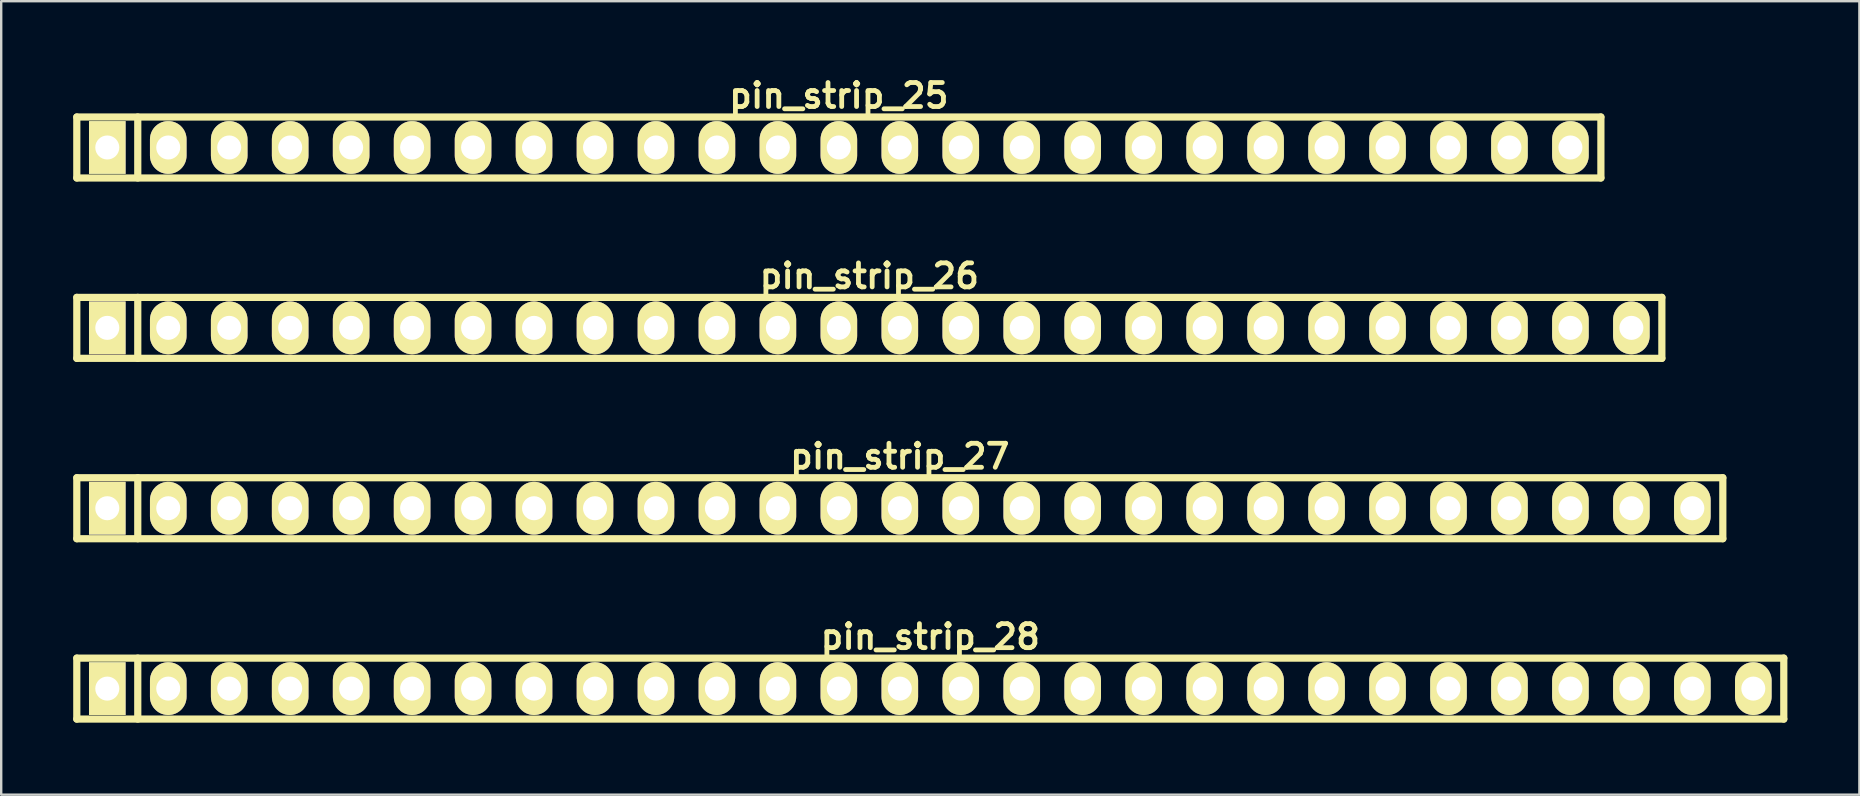
<source format=kicad_pcb>
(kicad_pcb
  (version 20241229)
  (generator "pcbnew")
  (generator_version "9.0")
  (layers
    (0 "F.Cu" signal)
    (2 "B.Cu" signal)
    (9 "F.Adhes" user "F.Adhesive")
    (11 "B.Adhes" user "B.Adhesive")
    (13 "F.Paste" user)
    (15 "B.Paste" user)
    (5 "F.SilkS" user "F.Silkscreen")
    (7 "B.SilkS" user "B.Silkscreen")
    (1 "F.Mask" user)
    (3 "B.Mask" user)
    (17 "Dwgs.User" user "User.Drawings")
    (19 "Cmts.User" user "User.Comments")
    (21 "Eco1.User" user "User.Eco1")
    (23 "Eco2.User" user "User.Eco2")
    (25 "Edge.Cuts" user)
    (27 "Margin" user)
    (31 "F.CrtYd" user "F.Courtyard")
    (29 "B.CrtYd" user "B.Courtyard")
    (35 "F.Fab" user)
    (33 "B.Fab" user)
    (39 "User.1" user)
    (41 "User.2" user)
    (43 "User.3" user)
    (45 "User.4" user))
  (footprint "pin_strip_25"
    (layer "F.Cu")
    (at 31.9 3.095)
    (property "Reference" "pin_strip_25" (at 0 -2.159 0) (layer "F.SilkS") (effects (font (size 1 1) (thickness 0.2))))
    (attr through_hole)
    (fp_line (start -31.75 -1.27) (end 31.75 -1.27) (stroke (width 0.3) (type solid)) (layer "F.SilkS"))
    (fp_line (start -31.75 1.27) (end -31.75 -1.27) (stroke (width 0.3) (type solid)) (layer "F.SilkS"))
    (fp_line (start -29.21 -1.27) (end -29.21 1.27) (stroke (width 0.3) (type solid)) (layer "F.SilkS"))
    (fp_line (start 31.75 -1.27) (end 31.75 1.27) (stroke (width 0.3) (type solid)) (layer "F.SilkS"))
    (fp_line (start 31.75 1.27) (end -31.75 1.27) (stroke (width 0.3) (type solid)) (layer "F.SilkS"))
    (pad "1" thru_hole rect (at -30.48 0) (size 1.524 2.2) (drill 1.001) (layers "*.Cu" "*.Mask" "F.SilkS"))
    (pad "2" thru_hole oval (at -27.94 0) (size 1.524 2.2) (drill 1.001) (layers "*.Cu" "*.Mask" "F.SilkS"))
    (pad "3" thru_hole oval (at -25.4 0) (size 1.524 2.2) (drill 1.001) (layers "*.Cu" "*.Mask" "F.SilkS"))
    (pad "4" thru_hole oval (at -22.86 0) (size 1.524 2.2) (drill 1.001) (layers "*.Cu" "*.Mask" "F.SilkS"))
    (pad "5" thru_hole oval (at -20.32 0) (size 1.524 2.2) (drill 1.001) (layers "*.Cu" "*.Mask" "F.SilkS"))
    (pad "6" thru_hole oval (at -17.78 0) (size 1.524 2.2) (drill 1.001) (layers "*.Cu" "*.Mask" "F.SilkS"))
    (pad "7" thru_hole oval (at -15.24 0) (size 1.524 2.2) (drill 1.001) (layers "*.Cu" "*.Mask" "F.SilkS"))
    (pad "8" thru_hole oval (at -12.7 0) (size 1.524 2.2) (drill 1.001) (layers "*.Cu" "*.Mask" "F.SilkS"))
    (pad "9" thru_hole oval (at -10.16 0) (size 1.524 2.2) (drill 1.001) (layers "*.Cu" "*.Mask" "F.SilkS"))
    (pad "10" thru_hole oval (at -7.62 0) (size 1.524 2.2) (drill 1.001) (layers "*.Cu" "*.Mask" "F.SilkS"))
    (pad "11" thru_hole oval (at -5.08 0) (size 1.524 2.2) (drill 1.001) (layers "*.Cu" "*.Mask" "F.SilkS"))
    (pad "12" thru_hole oval (at -2.54 0) (size 1.524 2.2) (drill 1.001) (layers "*.Cu" "*.Mask" "F.SilkS"))
    (pad "13" thru_hole oval (at 0 0) (size 1.524 2.2) (drill 1.001) (layers "*.Cu" "*.Mask" "F.SilkS"))
    (pad "14" thru_hole oval (at 2.54 0) (size 1.524 2.2) (drill 1.001) (layers "*.Cu" "*.Mask" "F.SilkS"))
    (pad "15" thru_hole oval (at 5.08 0) (size 1.524 2.2) (drill 1.001) (layers "*.Cu" "*.Mask" "F.SilkS"))
    (pad "16" thru_hole oval (at 7.62 0) (size 1.524 2.2) (drill 1.001) (layers "*.Cu" "*.Mask" "F.SilkS"))
    (pad "17" thru_hole oval (at 10.16 0) (size 1.524 2.2) (drill 1.001) (layers "*.Cu" "*.Mask" "F.SilkS"))
    (pad "18" thru_hole oval (at 12.7 0) (size 1.524 2.2) (drill 1.001) (layers "*.Cu" "*.Mask" "F.SilkS"))
    (pad "19" thru_hole oval (at 15.24 0) (size 1.524 2.2) (drill 1.001) (layers "*.Cu" "*.Mask" "F.SilkS"))
    (pad "20" thru_hole oval (at 17.78 0) (size 1.524 2.2) (drill 1.001) (layers "*.Cu" "*.Mask" "F.SilkS"))
    (pad "21" thru_hole oval (at 20.32 0) (size 1.524 2.2) (drill 1.001) (layers "*.Cu" "*.Mask" "F.SilkS"))
    (pad "22" thru_hole oval (at 22.86 0) (size 1.524 2.2) (drill 1.001) (layers "*.Cu" "*.Mask" "F.SilkS"))
    (pad "23" thru_hole oval (at 25.4 0) (size 1.524 2.2) (drill 1.001) (layers "*.Cu" "*.Mask" "F.SilkS"))
    (pad "24" thru_hole oval (at 27.94 0) (size 1.524 2.2) (drill 1.001) (layers "*.Cu" "*.Mask" "F.SilkS"))
    (pad "25" thru_hole oval (at 30.48 0) (size 1.524 2.2) (drill 1.001) (layers "*.Cu" "*.Mask" "F.SilkS")))
  (footprint "pin_strip_26"
    (layer "F.Cu")
    (at 33.17 10.61)
    (property "Reference" "pin_strip_26" (at 0 -2.159 0) (layer "F.SilkS") (effects (font (size 1 1) (thickness 0.2))))
    (attr through_hole)
    (fp_line (start -33.02 -1.27) (end 33.02 -1.27) (stroke (width 0.3) (type solid)) (layer "F.SilkS"))
    (fp_line (start -33.02 1.27) (end -33.02 -1.27) (stroke (width 0.3) (type solid)) (layer "F.SilkS"))
    (fp_line (start -30.48 -1.27) (end -30.48 1.27) (stroke (width 0.3) (type solid)) (layer "F.SilkS"))
    (fp_line (start 33.02 -1.27) (end 33.02 1.27) (stroke (width 0.3) (type solid)) (layer "F.SilkS"))
    (fp_line (start 33.02 1.27) (end -33.02 1.27) (stroke (width 0.3) (type solid)) (layer "F.SilkS"))
    (pad "1" thru_hole rect (at -31.75 0) (size 1.524 2.2) (drill 1.001) (layers "*.Cu" "*.Mask" "F.SilkS"))
    (pad "2" thru_hole oval (at -29.21 0) (size 1.524 2.2) (drill 1.001) (layers "*.Cu" "*.Mask" "F.SilkS"))
    (pad "3" thru_hole oval (at -26.67 0) (size 1.524 2.2) (drill 1.001) (layers "*.Cu" "*.Mask" "F.SilkS"))
    (pad "4" thru_hole oval (at -24.13 0) (size 1.524 2.2) (drill 1.001) (layers "*.Cu" "*.Mask" "F.SilkS"))
    (pad "5" thru_hole oval (at -21.59 0) (size 1.524 2.2) (drill 1.001) (layers "*.Cu" "*.Mask" "F.SilkS"))
    (pad "6" thru_hole oval (at -19.05 0) (size 1.524 2.2) (drill 1.001) (layers "*.Cu" "*.Mask" "F.SilkS"))
    (pad "7" thru_hole oval (at -16.51 0) (size 1.524 2.2) (drill 1.001) (layers "*.Cu" "*.Mask" "F.SilkS"))
    (pad "8" thru_hole oval (at -13.97 0) (size 1.524 2.2) (drill 1.001) (layers "*.Cu" "*.Mask" "F.SilkS"))
    (pad "9" thru_hole oval (at -11.43 0) (size 1.524 2.2) (drill 1.001) (layers "*.Cu" "*.Mask" "F.SilkS"))
    (pad "10" thru_hole oval (at -8.89 0) (size 1.524 2.2) (drill 1.001) (layers "*.Cu" "*.Mask" "F.SilkS"))
    (pad "11" thru_hole oval (at -6.35 0) (size 1.524 2.2) (drill 1.001) (layers "*.Cu" "*.Mask" "F.SilkS"))
    (pad "12" thru_hole oval (at -3.81 0) (size 1.524 2.2) (drill 1.001) (layers "*.Cu" "*.Mask" "F.SilkS"))
    (pad "13" thru_hole oval (at -1.27 0) (size 1.524 2.2) (drill 1.001) (layers "*.Cu" "*.Mask" "F.SilkS"))
    (pad "14" thru_hole oval (at 1.27 0) (size 1.524 2.2) (drill 1.001) (layers "*.Cu" "*.Mask" "F.SilkS"))
    (pad "15" thru_hole oval (at 3.81 0) (size 1.524 2.2) (drill 1.001) (layers "*.Cu" "*.Mask" "F.SilkS"))
    (pad "16" thru_hole oval (at 6.35 0) (size 1.524 2.2) (drill 1.001) (layers "*.Cu" "*.Mask" "F.SilkS"))
    (pad "17" thru_hole oval (at 8.89 0) (size 1.524 2.2) (drill 1.001) (layers "*.Cu" "*.Mask" "F.SilkS"))
    (pad "18" thru_hole oval (at 11.43 0) (size 1.524 2.2) (drill 1.001) (layers "*.Cu" "*.Mask" "F.SilkS"))
    (pad "19" thru_hole oval (at 13.97 0) (size 1.524 2.2) (drill 1.001) (layers "*.Cu" "*.Mask" "F.SilkS"))
    (pad "20" thru_hole oval (at 16.51 0) (size 1.524 2.2) (drill 1.001) (layers "*.Cu" "*.Mask" "F.SilkS"))
    (pad "21" thru_hole oval (at 19.05 0) (size 1.524 2.2) (drill 1.001) (layers "*.Cu" "*.Mask" "F.SilkS"))
    (pad "22" thru_hole oval (at 21.59 0) (size 1.524 2.2) (drill 1.001) (layers "*.Cu" "*.Mask" "F.SilkS"))
    (pad "23" thru_hole oval (at 24.13 0) (size 1.524 2.2) (drill 1.001) (layers "*.Cu" "*.Mask" "F.SilkS"))
    (pad "24" thru_hole oval (at 26.67 0) (size 1.524 2.2) (drill 1.001) (layers "*.Cu" "*.Mask" "F.SilkS"))
    (pad "25" thru_hole oval (at 29.21 0) (size 1.524 2.2) (drill 1.001) (layers "*.Cu" "*.Mask" "F.SilkS"))
    (pad "26" thru_hole oval (at 31.75 0) (size 1.524 2.2) (drill 1.001) (layers "*.Cu" "*.Mask" "F.SilkS")))
  (footprint "pin_strip_27"
    (layer "F.Cu")
    (at 34.44 18.125)
    (property "Reference" "pin_strip_27" (at 0 -2.159 0) (layer "F.SilkS") (effects (font (size 1 1) (thickness 0.2))))
    (attr through_hole)
    (fp_line (start -34.29 -1.27) (end 34.29 -1.27) (stroke (width 0.3) (type solid)) (layer "F.SilkS"))
    (fp_line (start -34.29 1.27) (end -34.29 -1.27) (stroke (width 0.3) (type solid)) (layer "F.SilkS"))
    (fp_line (start -31.75 -1.27) (end -31.75 1.27) (stroke (width 0.3) (type solid)) (layer "F.SilkS"))
    (fp_line (start 34.29 -1.27) (end 34.29 1.27) (stroke (width 0.3) (type solid)) (layer "F.SilkS"))
    (fp_line (start 34.29 1.27) (end -34.29 1.27) (stroke (width 0.3) (type solid)) (layer "F.SilkS"))
    (pad "1" thru_hole rect (at -33.02 0) (size 1.524 2.2) (drill 1.001) (layers "*.Cu" "*.Mask" "F.SilkS"))
    (pad "2" thru_hole oval (at -30.48 0) (size 1.524 2.2) (drill 1.001) (layers "*.Cu" "*.Mask" "F.SilkS"))
    (pad "3" thru_hole oval (at -27.94 0) (size 1.524 2.2) (drill 1.001) (layers "*.Cu" "*.Mask" "F.SilkS"))
    (pad "4" thru_hole oval (at -25.4 0) (size 1.524 2.2) (drill 1.001) (layers "*.Cu" "*.Mask" "F.SilkS"))
    (pad "5" thru_hole oval (at -22.86 0) (size 1.524 2.2) (drill 1.001) (layers "*.Cu" "*.Mask" "F.SilkS"))
    (pad "6" thru_hole oval (at -20.32 0) (size 1.524 2.2) (drill 1.001) (layers "*.Cu" "*.Mask" "F.SilkS"))
    (pad "7" thru_hole oval (at -17.78 0) (size 1.524 2.2) (drill 1.001) (layers "*.Cu" "*.Mask" "F.SilkS"))
    (pad "8" thru_hole oval (at -15.24 0) (size 1.524 2.2) (drill 1.001) (layers "*.Cu" "*.Mask" "F.SilkS"))
    (pad "9" thru_hole oval (at -12.7 0) (size 1.524 2.2) (drill 1.001) (layers "*.Cu" "*.Mask" "F.SilkS"))
    (pad "10" thru_hole oval (at -10.16 0) (size 1.524 2.2) (drill 1.001) (layers "*.Cu" "*.Mask" "F.SilkS"))
    (pad "11" thru_hole oval (at -7.62 0) (size 1.524 2.2) (drill 1.001) (layers "*.Cu" "*.Mask" "F.SilkS"))
    (pad "12" thru_hole oval (at -5.08 0) (size 1.524 2.2) (drill 1.001) (layers "*.Cu" "*.Mask" "F.SilkS"))
    (pad "13" thru_hole oval (at -2.54 0) (size 1.524 2.2) (drill 1.001) (layers "*.Cu" "*.Mask" "F.SilkS"))
    (pad "14" thru_hole oval (at 0 0) (size 1.524 2.2) (drill 1.001) (layers "*.Cu" "*.Mask" "F.SilkS"))
    (pad "15" thru_hole oval (at 2.54 0) (size 1.524 2.2) (drill 1.001) (layers "*.Cu" "*.Mask" "F.SilkS"))
    (pad "16" thru_hole oval (at 5.08 0) (size 1.524 2.2) (drill 1.001) (layers "*.Cu" "*.Mask" "F.SilkS"))
    (pad "17" thru_hole oval (at 7.62 0) (size 1.524 2.2) (drill 1.001) (layers "*.Cu" "*.Mask" "F.SilkS"))
    (pad "18" thru_hole oval (at 10.16 0) (size 1.524 2.2) (drill 1.001) (layers "*.Cu" "*.Mask" "F.SilkS"))
    (pad "19" thru_hole oval (at 12.7 0) (size 1.524 2.2) (drill 1.001) (layers "*.Cu" "*.Mask" "F.SilkS"))
    (pad "20" thru_hole oval (at 15.24 0) (size 1.524 2.2) (drill 1.001) (layers "*.Cu" "*.Mask" "F.SilkS"))
    (pad "21" thru_hole oval (at 17.78 0) (size 1.524 2.2) (drill 1.001) (layers "*.Cu" "*.Mask" "F.SilkS"))
    (pad "22" thru_hole oval (at 20.32 0) (size 1.524 2.2) (drill 1.001) (layers "*.Cu" "*.Mask" "F.SilkS"))
    (pad "23" thru_hole oval (at 22.86 0) (size 1.524 2.2) (drill 1.001) (layers "*.Cu" "*.Mask" "F.SilkS"))
    (pad "24" thru_hole oval (at 25.4 0) (size 1.524 2.2) (drill 1.001) (layers "*.Cu" "*.Mask" "F.SilkS"))
    (pad "25" thru_hole oval (at 27.94 0) (size 1.524 2.2) (drill 1.001) (layers "*.Cu" "*.Mask" "F.SilkS"))
    (pad "26" thru_hole oval (at 30.48 0) (size 1.524 2.2) (drill 1.001) (layers "*.Cu" "*.Mask" "F.SilkS"))
    (pad "27" thru_hole oval (at 33.02 0) (size 1.524 2.2) (drill 1.001) (layers "*.Cu" "*.Mask" "F.SilkS")))
  (footprint "pin_strip_28"
    (layer "F.Cu")
    (at 35.71 25.64)
    (property "Reference" "pin_strip_28" (at 0 -2.159 0) (layer "F.SilkS") (effects (font (size 1 1) (thickness 0.2))))
    (attr through_hole)
    (fp_line (start -35.56 -1.27) (end 35.56 -1.27) (stroke (width 0.3) (type solid)) (layer "F.SilkS"))
    (fp_line (start -35.56 1.27) (end -35.56 -1.27) (stroke (width 0.3) (type solid)) (layer "F.SilkS"))
    (fp_line (start -33.02 -1.27) (end -33.02 1.27) (stroke (width 0.3) (type solid)) (layer "F.SilkS"))
    (fp_line (start 35.56 -1.27) (end 35.56 1.27) (stroke (width 0.3) (type solid)) (layer "F.SilkS"))
    (fp_line (start 35.56 1.27) (end -35.56 1.27) (stroke (width 0.3) (type solid)) (layer "F.SilkS"))
    (pad "1" thru_hole rect (at -34.29 0) (size 1.524 2.2) (drill 1.001) (layers "*.Cu" "*.Mask" "F.SilkS"))
    (pad "2" thru_hole oval (at -31.75 0) (size 1.524 2.2) (drill 1.001) (layers "*.Cu" "*.Mask" "F.SilkS"))
    (pad "3" thru_hole oval (at -29.21 0) (size 1.524 2.2) (drill 1.001) (layers "*.Cu" "*.Mask" "F.SilkS"))
    (pad "4" thru_hole oval (at -26.67 0) (size 1.524 2.2) (drill 1.001) (layers "*.Cu" "*.Mask" "F.SilkS"))
    (pad "5" thru_hole oval (at -24.13 0) (size 1.524 2.2) (drill 1.001) (layers "*.Cu" "*.Mask" "F.SilkS"))
    (pad "6" thru_hole oval (at -21.59 0) (size 1.524 2.2) (drill 1.001) (layers "*.Cu" "*.Mask" "F.SilkS"))
    (pad "7" thru_hole oval (at -19.05 0) (size 1.524 2.2) (drill 1.001) (layers "*.Cu" "*.Mask" "F.SilkS"))
    (pad "8" thru_hole oval (at -16.51 0) (size 1.524 2.2) (drill 1.001) (layers "*.Cu" "*.Mask" "F.SilkS"))
    (pad "9" thru_hole oval (at -13.97 0) (size 1.524 2.2) (drill 1.001) (layers "*.Cu" "*.Mask" "F.SilkS"))
    (pad "10" thru_hole oval (at -11.43 0) (size 1.524 2.2) (drill 1.001) (layers "*.Cu" "*.Mask" "F.SilkS"))
    (pad "11" thru_hole oval (at -8.89 0) (size 1.524 2.2) (drill 1.001) (layers "*.Cu" "*.Mask" "F.SilkS"))
    (pad "12" thru_hole oval (at -6.35 0) (size 1.524 2.2) (drill 1.001) (layers "*.Cu" "*.Mask" "F.SilkS"))
    (pad "13" thru_hole oval (at -3.81 0) (size 1.524 2.2) (drill 1.001) (layers "*.Cu" "*.Mask" "F.SilkS"))
    (pad "14" thru_hole oval (at -1.27 0) (size 1.524 2.2) (drill 1.001) (layers "*.Cu" "*.Mask" "F.SilkS"))
    (pad "15" thru_hole oval (at 1.27 0) (size 1.524 2.2) (drill 1.001) (layers "*.Cu" "*.Mask" "F.SilkS"))
    (pad "16" thru_hole oval (at 3.81 0) (size 1.524 2.2) (drill 1.001) (layers "*.Cu" "*.Mask" "F.SilkS"))
    (pad "17" thru_hole oval (at 6.35 0) (size 1.524 2.2) (drill 1.001) (layers "*.Cu" "*.Mask" "F.SilkS"))
    (pad "18" thru_hole oval (at 8.89 0) (size 1.524 2.2) (drill 1.001) (layers "*.Cu" "*.Mask" "F.SilkS"))
    (pad "19" thru_hole oval (at 11.43 0) (size 1.524 2.2) (drill 1.001) (layers "*.Cu" "*.Mask" "F.SilkS"))
    (pad "20" thru_hole oval (at 13.97 0) (size 1.524 2.2) (drill 1.001) (layers "*.Cu" "*.Mask" "F.SilkS"))
    (pad "21" thru_hole oval (at 16.51 0) (size 1.524 2.2) (drill 1.001) (layers "*.Cu" "*.Mask" "F.SilkS"))
    (pad "22" thru_hole oval (at 19.05 0) (size 1.524 2.2) (drill 1.001) (layers "*.Cu" "*.Mask" "F.SilkS"))
    (pad "23" thru_hole oval (at 21.59 0) (size 1.524 2.2) (drill 1.001) (layers "*.Cu" "*.Mask" "F.SilkS"))
    (pad "24" thru_hole oval (at 24.13 0) (size 1.524 2.2) (drill 1.001) (layers "*.Cu" "*.Mask" "F.SilkS"))
    (pad "25" thru_hole oval (at 26.67 0) (size 1.524 2.2) (drill 1.001) (layers "*.Cu" "*.Mask" "F.SilkS"))
    (pad "26" thru_hole oval (at 29.21 0) (size 1.524 2.2) (drill 1.001) (layers "*.Cu" "*.Mask" "F.SilkS"))
    (pad "27" thru_hole oval (at 31.75 0) (size 1.524 2.2) (drill 1.001) (layers "*.Cu" "*.Mask" "F.SilkS"))
    (pad "28" thru_hole oval (at 34.29 0) (size 1.524 2.2) (drill 1.001) (layers "*.Cu" "*.Mask" "F.SilkS")))
  (gr_rect
    (start -3 -3)
    (end 74.42 30.06)
    (stroke (width 0.1) (type default))
    (fill no)
    (layer "Edge.Cuts")))
</source>
